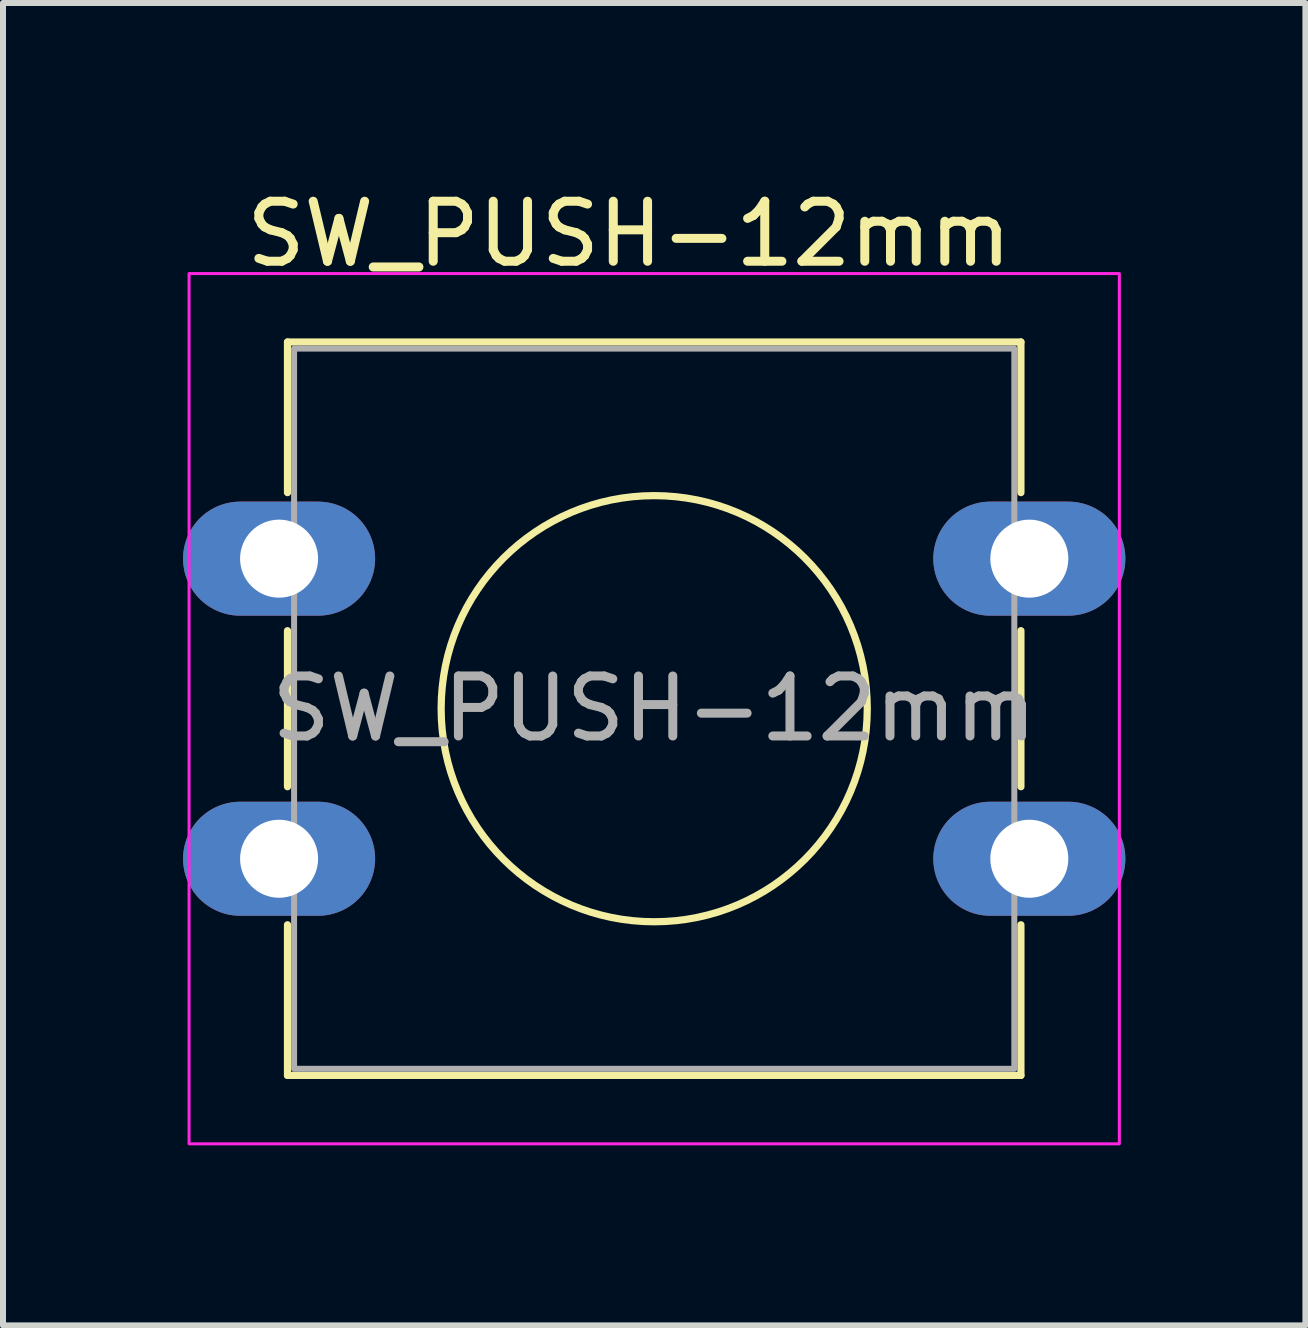
<source format=kicad_pcb>
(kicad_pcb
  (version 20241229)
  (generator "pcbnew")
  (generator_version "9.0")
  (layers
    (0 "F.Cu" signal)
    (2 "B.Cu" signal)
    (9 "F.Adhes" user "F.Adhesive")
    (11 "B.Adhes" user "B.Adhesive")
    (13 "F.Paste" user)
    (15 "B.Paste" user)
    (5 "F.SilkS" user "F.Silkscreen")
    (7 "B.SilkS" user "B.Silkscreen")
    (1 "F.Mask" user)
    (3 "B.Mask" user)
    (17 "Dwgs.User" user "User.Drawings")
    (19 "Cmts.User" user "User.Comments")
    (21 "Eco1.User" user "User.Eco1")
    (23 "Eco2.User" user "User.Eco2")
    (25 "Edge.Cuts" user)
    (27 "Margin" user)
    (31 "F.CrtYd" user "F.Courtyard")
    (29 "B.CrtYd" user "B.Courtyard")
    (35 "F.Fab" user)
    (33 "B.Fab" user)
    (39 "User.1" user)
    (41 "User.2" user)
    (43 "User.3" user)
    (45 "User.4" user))
  (footprint "SW_PUSH-12mm"
    (layer "F.Cu")
    (at 1.6 6.258)
    (property "Reference" "SW_PUSH-12mm" (at 5.83 -5.41 0) (layer "F.SilkS") (effects (font (size 1 1) (thickness 0.15))))
    (attr through_hole)
    (fp_line (start 0.14 -3.61) (end 0.14 -1.1) (stroke (width 0.12) (type default)) (layer "F.SilkS"))
    (fp_line (start 0.14 -3.61) (end 12.36 -3.61) (stroke (width 0.12) (type default)) (layer "F.SilkS"))
    (fp_line (start 0.14 1.2) (end 0.14 3.8) (stroke (width 0.12) (type default)) (layer "F.SilkS"))
    (fp_line (start 0.14 6.1) (end 0.14 8.61) (stroke (width 0.12) (type default)) (layer "F.SilkS"))
    (fp_line (start 12.36 -3.61) (end 12.36 -1.1) (stroke (width 0.12) (type default)) (layer "F.SilkS"))
    (fp_line (start 12.36 1.2) (end 12.36 3.8) (stroke (width 0.12) (type default)) (layer "F.SilkS"))
    (fp_line (start 12.36 6.1) (end 12.36 8.61) (stroke (width 0.12) (type default)) (layer "F.SilkS"))
    (fp_line (start 12.36 8.61) (end 0.14 8.61) (stroke (width 0.12) (type default)) (layer "F.SilkS"))
    (fp_circle (center 6.25 2.5) (end 9.8 2.5) (stroke (width 0.12) (type default)) (fill no) (layer "F.SilkS"))
    (fp_rect (start -1.5 -4.75) (end 14 9.75) (stroke (width 0.05) (type default)) (fill no) (layer "F.CrtYd"))
    (fp_rect (start 0.25 -3.5) (end 12.25 8.5) (stroke (width 0.1) (type default)) (fill no) (layer "F.Fab"))
    (fp_text user "${REFERENCE}" (at 6.25 2.5 0) (layer "F.Fab") (effects (font (size 1 1) (thickness 0.15))))
    (pad "1" thru_hole oval (at 0 0) (size 3.2 1.9) (drill 1.3) (layers "*.Cu" "*.Mask"))
    (pad "2" thru_hole oval (at 12.5 0) (size 3.2 1.9) (drill 1.3) (layers "*.Cu" "*.Mask"))
    (pad "3" thru_hole oval (at 0 5) (size 3.2 1.9) (drill 1.3) (layers "*.Cu" "*.Mask"))
    (pad "4" thru_hole oval (at 12.5 5) (size 3.2 1.9) (drill 1.3) (layers "*.Cu" "*.Mask")))
  (gr_rect
    (start -3 -3)
    (end 18.7 19.033)
    (stroke (width 0.1) (type default))
    (fill no)
    (layer "Edge.Cuts")))
</source>
